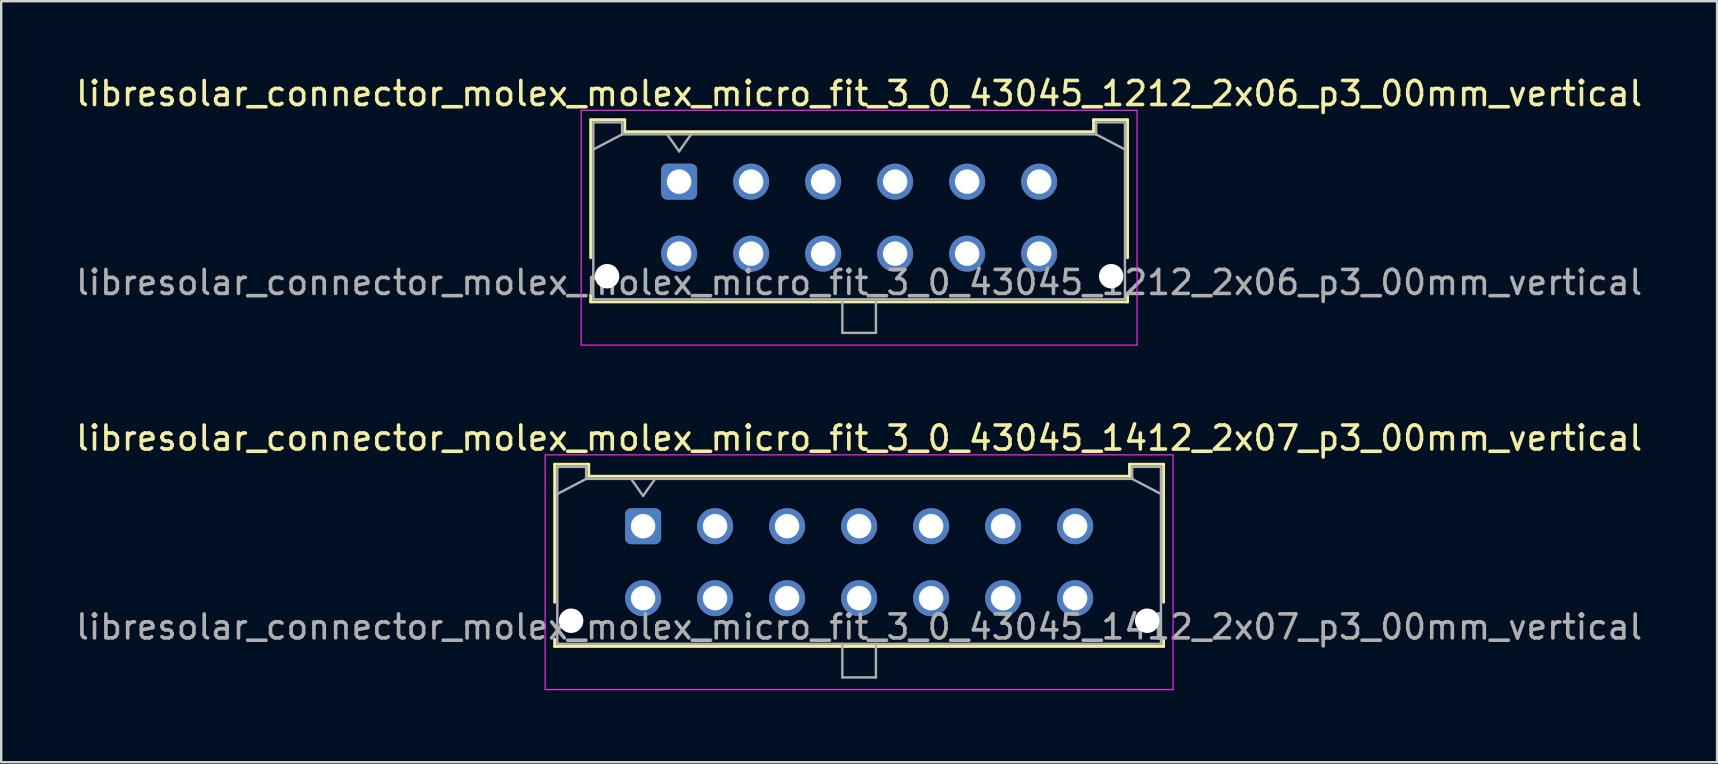
<source format=kicad_pcb>
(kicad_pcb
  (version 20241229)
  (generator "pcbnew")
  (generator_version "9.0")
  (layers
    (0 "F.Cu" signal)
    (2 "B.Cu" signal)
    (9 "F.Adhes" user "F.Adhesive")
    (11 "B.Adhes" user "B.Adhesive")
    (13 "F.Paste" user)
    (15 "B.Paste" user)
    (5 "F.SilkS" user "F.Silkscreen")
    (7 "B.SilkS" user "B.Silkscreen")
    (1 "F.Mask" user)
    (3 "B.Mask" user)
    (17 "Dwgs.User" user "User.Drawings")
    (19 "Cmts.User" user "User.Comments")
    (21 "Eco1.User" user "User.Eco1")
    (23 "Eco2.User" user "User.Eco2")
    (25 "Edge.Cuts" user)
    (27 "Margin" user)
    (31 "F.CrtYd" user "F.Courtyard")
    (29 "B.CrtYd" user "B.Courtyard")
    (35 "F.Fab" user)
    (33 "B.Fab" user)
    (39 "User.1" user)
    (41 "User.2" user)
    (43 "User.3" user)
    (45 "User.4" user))
  (footprint "libresolar_connector_molex_molex_micro_fit_3_0_43045_1212_2x06_p3_00mm_vertical"
    (layer "F.Cu")
    (at 25.244 4.518)
    (property "Reference" "libresolar_connector_molex_molex_micro_fit_3_0_43045_1212_2x06_p3_00mm_vertical" (at 7.5 -3.67 0) (layer "F.SilkS") (effects (font (size 1 1) (thickness 0.15))))
    (attr through_hole)
    (fp_line (start -3.685 -2.58) (end -2.265 -2.58) (stroke (width 0.12) (type solid)) (layer "F.SilkS"))
    (fp_line (start -3.685 3.17) (end -3.685 -2.58) (stroke (width 0.12) (type solid)) (layer "F.SilkS"))
    (fp_line (start -3.685 4.71) (end -3.685 5.01) (stroke (width 0.12) (type solid)) (layer "F.SilkS"))
    (fp_line (start -3.685 5.01) (end 18.685 5.01) (stroke (width 0.12) (type solid)) (layer "F.SilkS"))
    (fp_line (start -2.265 -2.58) (end -2.265 -2.08) (stroke (width 0.12) (type solid)) (layer "F.SilkS"))
    (fp_line (start -2.265 -2.08) (end 17.265 -2.08) (stroke (width 0.12) (type solid)) (layer "F.SilkS"))
    (fp_line (start 17.265 -2.58) (end 18.685 -2.58) (stroke (width 0.12) (type solid)) (layer "F.SilkS"))
    (fp_line (start 17.265 -2.08) (end 17.265 -2.58) (stroke (width 0.12) (type solid)) (layer "F.SilkS"))
    (fp_line (start 18.685 -2.58) (end 18.685 3.17) (stroke (width 0.12) (type solid)) (layer "F.SilkS"))
    (fp_line (start 18.685 5.01) (end 18.685 4.71) (stroke (width 0.12) (type solid)) (layer "F.SilkS"))
    (fp_line (start -4.08 -2.97) (end 19.08 -2.97) (stroke (width 0.05) (type solid)) (layer "F.CrtYd"))
    (fp_line (start -4.08 6.81) (end -4.08 -2.97) (stroke (width 0.05) (type solid)) (layer "F.CrtYd"))
    (fp_line (start 19.08 -2.97) (end 19.08 6.81) (stroke (width 0.05) (type solid)) (layer "F.CrtYd"))
    (fp_line (start 19.08 6.81) (end -4.08 6.81) (stroke (width 0.05) (type solid)) (layer "F.CrtYd"))
    (fp_line (start -3.575 -2.47) (end -3.575 4.9) (stroke (width 0.1) (type solid)) (layer "F.Fab"))
    (fp_line (start -3.575 -1.34) (end -2.375 -1.97) (stroke (width 0.1) (type solid)) (layer "F.Fab"))
    (fp_line (start -3.575 4.9) (end 18.575 4.9) (stroke (width 0.1) (type solid)) (layer "F.Fab"))
    (fp_line (start -2.375 -2.47) (end -3.575 -2.47) (stroke (width 0.1) (type solid)) (layer "F.Fab"))
    (fp_line (start -2.375 -1.97) (end -2.375 -2.47) (stroke (width 0.1) (type solid)) (layer "F.Fab"))
    (fp_line (start -0.5 -1.97) (end 0 -1.263) (stroke (width 0.1) (type solid)) (layer "F.Fab"))
    (fp_line (start 0 -1.263) (end 0.5 -1.97) (stroke (width 0.1) (type solid)) (layer "F.Fab"))
    (fp_line (start 6.8 4.9) (end 6.8 6.3) (stroke (width 0.1) (type solid)) (layer "F.Fab"))
    (fp_line (start 6.8 6.3) (end 8.2 6.3) (stroke (width 0.1) (type solid)) (layer "F.Fab"))
    (fp_line (start 8.2 6.3) (end 8.2 4.9) (stroke (width 0.1) (type solid)) (layer "F.Fab"))
    (fp_line (start 17.375 -2.47) (end 17.375 -1.97) (stroke (width 0.1) (type solid)) (layer "F.Fab"))
    (fp_line (start 17.375 -1.97) (end -2.375 -1.97) (stroke (width 0.1) (type solid)) (layer "F.Fab"))
    (fp_line (start 18.575 -2.47) (end 17.375 -2.47) (stroke (width 0.1) (type solid)) (layer "F.Fab"))
    (fp_line (start 18.575 -1.34) (end 17.375 -1.97) (stroke (width 0.1) (type solid)) (layer "F.Fab"))
    (fp_line (start 18.575 4.9) (end 18.575 -2.47) (stroke (width 0.1) (type solid)) (layer "F.Fab"))
    (fp_text user "${REFERENCE}" (at 7.5 4.2 0) (layer "F.Fab") (effects (font (size 1 1) (thickness 0.15))))
    (pad "" np_thru_hole circle (at -3 3.94) (size 1.02 1.02) (drill 1.02) (layers "*.Cu" "*.Mask"))
    (pad "" np_thru_hole circle (at 18 3.94) (size 1.02 1.02) (drill 1.02) (layers "*.Cu" "*.Mask"))
    (pad "1" thru_hole roundrect (at 0 0) (size 1.5 1.5) (drill 1.02) (layers "*.Cu" "*.Mask") (roundrect_rratio 0.167))
    (pad "2" thru_hole circle (at 3 0) (size 1.5 1.5) (drill 1.02) (layers "*.Cu" "*.Mask"))
    (pad "3" thru_hole circle (at 6 0) (size 1.5 1.5) (drill 1.02) (layers "*.Cu" "*.Mask"))
    (pad "4" thru_hole circle (at 9 0) (size 1.5 1.5) (drill 1.02) (layers "*.Cu" "*.Mask"))
    (pad "5" thru_hole circle (at 12 0) (size 1.5 1.5) (drill 1.02) (layers "*.Cu" "*.Mask"))
    (pad "6" thru_hole circle (at 15 0) (size 1.5 1.5) (drill 1.02) (layers "*.Cu" "*.Mask"))
    (pad "7" thru_hole circle (at 0 3) (size 1.5 1.5) (drill 1.02) (layers "*.Cu" "*.Mask"))
    (pad "8" thru_hole circle (at 3 3) (size 1.5 1.5) (drill 1.02) (layers "*.Cu" "*.Mask"))
    (pad "9" thru_hole circle (at 6 3) (size 1.5 1.5) (drill 1.02) (layers "*.Cu" "*.Mask"))
    (pad "10" thru_hole circle (at 9 3) (size 1.5 1.5) (drill 1.02) (layers "*.Cu" "*.Mask"))
    (pad "11" thru_hole circle (at 12 3) (size 1.5 1.5) (drill 1.02) (layers "*.Cu" "*.Mask"))
    (pad "12" thru_hole circle (at 15 3) (size 1.5 1.5) (drill 1.02) (layers "*.Cu" "*.Mask")))
  (footprint "libresolar_connector_molex_molex_micro_fit_3_0_43045_1412_2x07_p3_00mm_vertical"
    (layer "F.Cu")
    (at 23.744 18.872)
    (property "Reference" "libresolar_connector_molex_molex_micro_fit_3_0_43045_1412_2x07_p3_00mm_vertical" (at 9 -3.67 0) (layer "F.SilkS") (effects (font (size 1 1) (thickness 0.15))))
    (attr through_hole)
    (fp_line (start -3.685 -2.58) (end -2.265 -2.58) (stroke (width 0.12) (type solid)) (layer "F.SilkS"))
    (fp_line (start -3.685 3.17) (end -3.685 -2.58) (stroke (width 0.12) (type solid)) (layer "F.SilkS"))
    (fp_line (start -3.685 4.71) (end -3.685 5.01) (stroke (width 0.12) (type solid)) (layer "F.SilkS"))
    (fp_line (start -3.685 5.01) (end 21.685 5.01) (stroke (width 0.12) (type solid)) (layer "F.SilkS"))
    (fp_line (start -2.265 -2.58) (end -2.265 -2.08) (stroke (width 0.12) (type solid)) (layer "F.SilkS"))
    (fp_line (start -2.265 -2.08) (end 20.265 -2.08) (stroke (width 0.12) (type solid)) (layer "F.SilkS"))
    (fp_line (start 20.265 -2.58) (end 21.685 -2.58) (stroke (width 0.12) (type solid)) (layer "F.SilkS"))
    (fp_line (start 20.265 -2.08) (end 20.265 -2.58) (stroke (width 0.12) (type solid)) (layer "F.SilkS"))
    (fp_line (start 21.685 -2.58) (end 21.685 3.17) (stroke (width 0.12) (type solid)) (layer "F.SilkS"))
    (fp_line (start 21.685 5.01) (end 21.685 4.71) (stroke (width 0.12) (type solid)) (layer "F.SilkS"))
    (fp_line (start -4.08 -2.97) (end 22.08 -2.97) (stroke (width 0.05) (type solid)) (layer "F.CrtYd"))
    (fp_line (start -4.08 6.81) (end -4.08 -2.97) (stroke (width 0.05) (type solid)) (layer "F.CrtYd"))
    (fp_line (start 22.08 -2.97) (end 22.08 6.81) (stroke (width 0.05) (type solid)) (layer "F.CrtYd"))
    (fp_line (start 22.08 6.81) (end -4.08 6.81) (stroke (width 0.05) (type solid)) (layer "F.CrtYd"))
    (fp_line (start -3.575 -2.47) (end -3.575 4.9) (stroke (width 0.1) (type solid)) (layer "F.Fab"))
    (fp_line (start -3.575 -1.34) (end -2.375 -1.97) (stroke (width 0.1) (type solid)) (layer "F.Fab"))
    (fp_line (start -3.575 4.9) (end 21.575 4.9) (stroke (width 0.1) (type solid)) (layer "F.Fab"))
    (fp_line (start -2.375 -2.47) (end -3.575 -2.47) (stroke (width 0.1) (type solid)) (layer "F.Fab"))
    (fp_line (start -2.375 -1.97) (end -2.375 -2.47) (stroke (width 0.1) (type solid)) (layer "F.Fab"))
    (fp_line (start -0.5 -1.97) (end 0 -1.263) (stroke (width 0.1) (type solid)) (layer "F.Fab"))
    (fp_line (start 0 -1.263) (end 0.5 -1.97) (stroke (width 0.1) (type solid)) (layer "F.Fab"))
    (fp_line (start 8.3 4.9) (end 8.3 6.3) (stroke (width 0.1) (type solid)) (layer "F.Fab"))
    (fp_line (start 8.3 6.3) (end 9.7 6.3) (stroke (width 0.1) (type solid)) (layer "F.Fab"))
    (fp_line (start 9.7 6.3) (end 9.7 4.9) (stroke (width 0.1) (type solid)) (layer "F.Fab"))
    (fp_line (start 20.375 -2.47) (end 20.375 -1.97) (stroke (width 0.1) (type solid)) (layer "F.Fab"))
    (fp_line (start 20.375 -1.97) (end -2.375 -1.97) (stroke (width 0.1) (type solid)) (layer "F.Fab"))
    (fp_line (start 21.575 -2.47) (end 20.375 -2.47) (stroke (width 0.1) (type solid)) (layer "F.Fab"))
    (fp_line (start 21.575 -1.34) (end 20.375 -1.97) (stroke (width 0.1) (type solid)) (layer "F.Fab"))
    (fp_line (start 21.575 4.9) (end 21.575 -2.47) (stroke (width 0.1) (type solid)) (layer "F.Fab"))
    (fp_text user "${REFERENCE}" (at 9 4.2 0) (layer "F.Fab") (effects (font (size 1 1) (thickness 0.15))))
    (pad "" np_thru_hole circle (at -3 3.94) (size 1.02 1.02) (drill 1.02) (layers "*.Cu" "*.Mask"))
    (pad "" np_thru_hole circle (at 21 3.94) (size 1.02 1.02) (drill 1.02) (layers "*.Cu" "*.Mask"))
    (pad "1" thru_hole roundrect (at 0 0) (size 1.5 1.5) (drill 1.02) (layers "*.Cu" "*.Mask") (roundrect_rratio 0.167))
    (pad "2" thru_hole circle (at 3 0) (size 1.5 1.5) (drill 1.02) (layers "*.Cu" "*.Mask"))
    (pad "3" thru_hole circle (at 6 0) (size 1.5 1.5) (drill 1.02) (layers "*.Cu" "*.Mask"))
    (pad "4" thru_hole circle (at 9 0) (size 1.5 1.5) (drill 1.02) (layers "*.Cu" "*.Mask"))
    (pad "5" thru_hole circle (at 12 0) (size 1.5 1.5) (drill 1.02) (layers "*.Cu" "*.Mask"))
    (pad "6" thru_hole circle (at 15 0) (size 1.5 1.5) (drill 1.02) (layers "*.Cu" "*.Mask"))
    (pad "7" thru_hole circle (at 18 0) (size 1.5 1.5) (drill 1.02) (layers "*.Cu" "*.Mask"))
    (pad "8" thru_hole circle (at 0 3) (size 1.5 1.5) (drill 1.02) (layers "*.Cu" "*.Mask"))
    (pad "9" thru_hole circle (at 3 3) (size 1.5 1.5) (drill 1.02) (layers "*.Cu" "*.Mask"))
    (pad "10" thru_hole circle (at 6 3) (size 1.5 1.5) (drill 1.02) (layers "*.Cu" "*.Mask"))
    (pad "11" thru_hole circle (at 9 3) (size 1.5 1.5) (drill 1.02) (layers "*.Cu" "*.Mask"))
    (pad "12" thru_hole circle (at 12 3) (size 1.5 1.5) (drill 1.02) (layers "*.Cu" "*.Mask"))
    (pad "13" thru_hole circle (at 15 3) (size 1.5 1.5) (drill 1.02) (layers "*.Cu" "*.Mask"))
    (pad "14" thru_hole circle (at 18 3) (size 1.5 1.5) (drill 1.02) (layers "*.Cu" "*.Mask")))
  (gr_rect
    (start -3 -3)
    (end 68.488 28.706)
    (stroke (width 0.1) (type default))
    (fill no)
    (layer "Edge.Cuts")))
</source>
